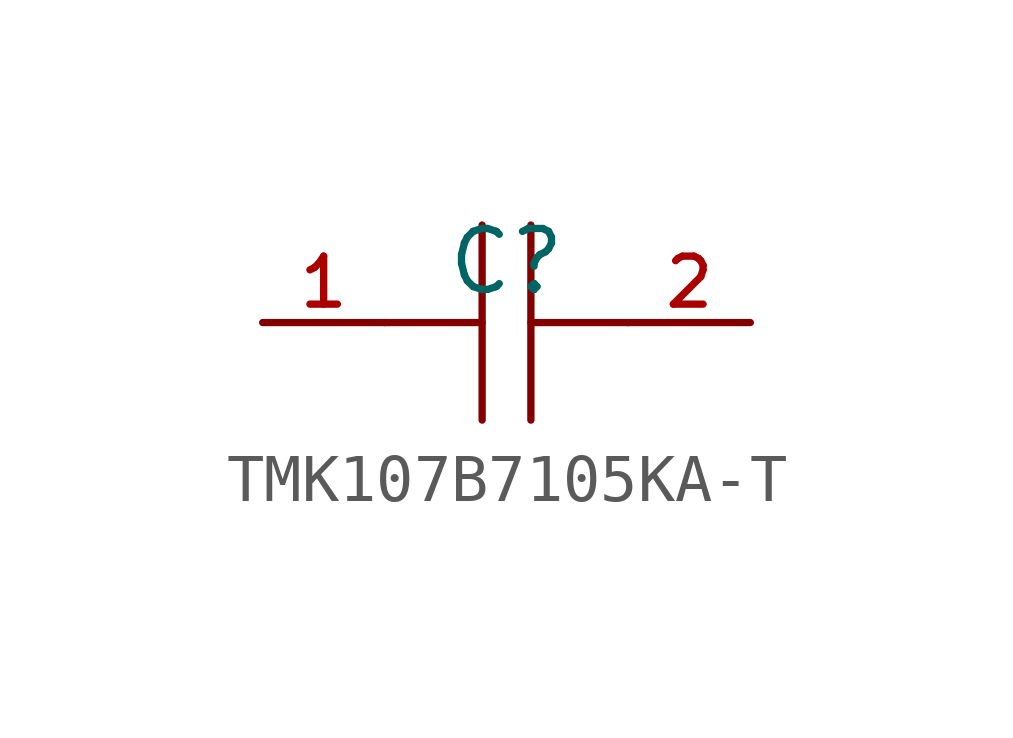
<source format=kicad_sym>
(kicad_symbol_lib
  (version 20210201)
  (generator TousstNicolas/JLC2KiCad_lib)
  (symbol "TMK107B7105KA-T"
    (pin_names hide)
    (property "Reference" "C"
      (at 0 1.27 0)
      (effects (font (size 1.27 1.27))))
    (symbol "TMK107B7105KA-T_0_1"
      (polyline (pts (xy -0.508 -2.032) (xy -0.508 2.032)) (stroke (width 0) (type default) (color 0 0 0 0)) (fill (type none)))
      (pin unspecified line (at -5.08 -0.0 0) (length 2.54) (name "1" (effects (font (size 1 1)))) (number "1" (effects (font (size 1 1)))))
      (polyline (pts (xy 2.54 -0.0) (xy 0.508 -0.0)) (stroke (width 0) (type default) (color 0 0 0 0)) (fill (type none)))
      (polyline (pts (xy 0.508 2.032) (xy 0.508 -2.032)) (stroke (width 0) (type default) (color 0 0 0 0)) (fill (type none)))
      (pin unspecified line (at 5.08 -0.0 180) (length 2.54) (name "2" (effects (font (size 1 1)))) (number "2" (effects (font (size 1 1)))))
      (polyline (pts (xy -0.508 -0.0) (xy -2.54 -0.0)) (stroke (width 0) (type default) (color 0 0 0 0)) (fill (type none))))))
</source>
